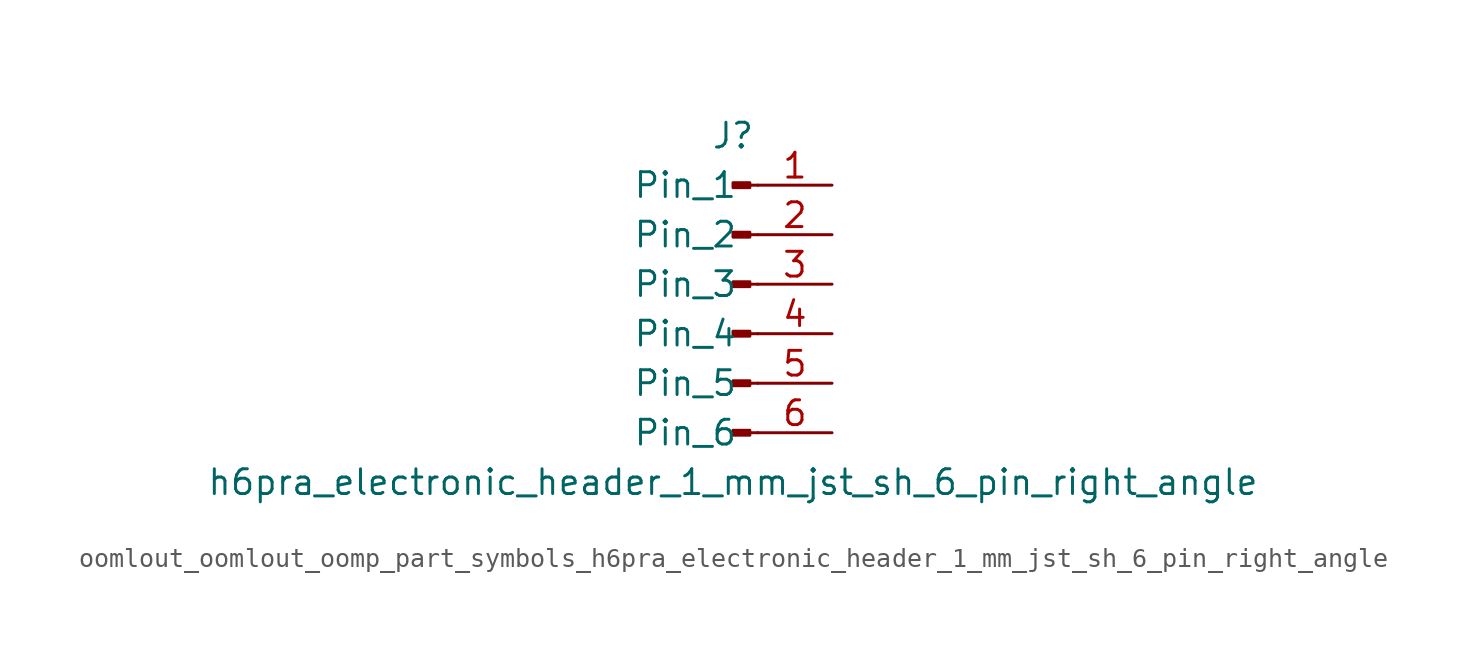
<source format=kicad_sym>
(kicad_symbol_lib
  (version 20220914)
  (generator kicad_symbol_editor)
  (symbol "oomlout_oomlout_oomp_part_symbols_h6pra_electronic_header_1_mm_jst_sh_6_pin_right_angle"
    (pin_names
      (offset 1.016))
    (property "Reference" "J"
      (at 0 7.62 0)
      (effects (font (size 1.27 1.27))))
    (property "Value" "h6pra_electronic_header_1_mm_jst_sh_6_pin_right_angle"
      (at 0 -10.16 0)
      (effects (font (size 1.27 1.27))))
    (property "ki_locked" ""
      (at 0 0 0)
      (effects (font (size 1.27 1.27))))
    (symbol "oomlout_oomlout_oomp_part_symbols_h6pra_electronic_header_1_mm_jst_sh_6_pin_right_angle_1_1"
      (polyline (pts (xy 1.27 -7.62) (xy 0.864 -7.62)) (stroke (width 0.152) (type default)) (fill (type none)))
      (polyline (pts (xy 1.27 -5.08) (xy 0.864 -5.08)) (stroke (width 0.152) (type default)) (fill (type none)))
      (polyline (pts (xy 1.27 -2.54) (xy 0.864 -2.54)) (stroke (width 0.152) (type default)) (fill (type none)))
      (polyline (pts (xy 1.27 0) (xy 0.864 0)) (stroke (width 0.152) (type default)) (fill (type none)))
      (polyline (pts (xy 1.27 2.54) (xy 0.864 2.54)) (stroke (width 0.152) (type default)) (fill (type none)))
      (polyline (pts (xy 1.27 5.08) (xy 0.864 5.08)) (stroke (width 0.152) (type default)) (fill (type none)))
      (rectangle (start 0.864 -7.493) (end 0 -7.747) (stroke (width 0.152) (type default)) (fill (type outline)))
      (rectangle (start 0.864 -4.953) (end 0 -5.207) (stroke (width 0.152) (type default)) (fill (type outline)))
      (rectangle (start 0.864 -2.413) (end 0 -2.667) (stroke (width 0.152) (type default)) (fill (type outline)))
      (rectangle (start 0.864 0.127) (end 0 -0.127) (stroke (width 0.152) (type default)) (fill (type outline)))
      (rectangle (start 0.864 2.667) (end 0 2.413) (stroke (width 0.152) (type default)) (fill (type outline)))
      (rectangle (start 0.864 5.207) (end 0 4.953) (stroke (width 0.152) (type default)) (fill (type outline)))
      (pin passive line (at 5.08 5.08 180) (length 3.81) (name "Pin_1" (effects (font (size 1.27 1.27)))) (number "1" (effects (font (size 1.27 1.27)))))
      (pin passive line (at 5.08 2.54 180) (length 3.81) (name "Pin_2" (effects (font (size 1.27 1.27)))) (number "2" (effects (font (size 1.27 1.27)))))
      (pin passive line (at 5.08 0 180) (length 3.81) (name "Pin_3" (effects (font (size 1.27 1.27)))) (number "3" (effects (font (size 1.27 1.27)))))
      (pin passive line (at 5.08 -2.54 180) (length 3.81) (name "Pin_4" (effects (font (size 1.27 1.27)))) (number "4" (effects (font (size 1.27 1.27)))))
      (pin passive line (at 5.08 -5.08 180) (length 3.81) (name "Pin_5" (effects (font (size 1.27 1.27)))) (number "5" (effects (font (size 1.27 1.27)))))
      (pin passive line (at 5.08 -7.62 180) (length 3.81) (name "Pin_6" (effects (font (size 1.27 1.27)))) (number "6" (effects (font (size 1.27 1.27))))))))
</source>
